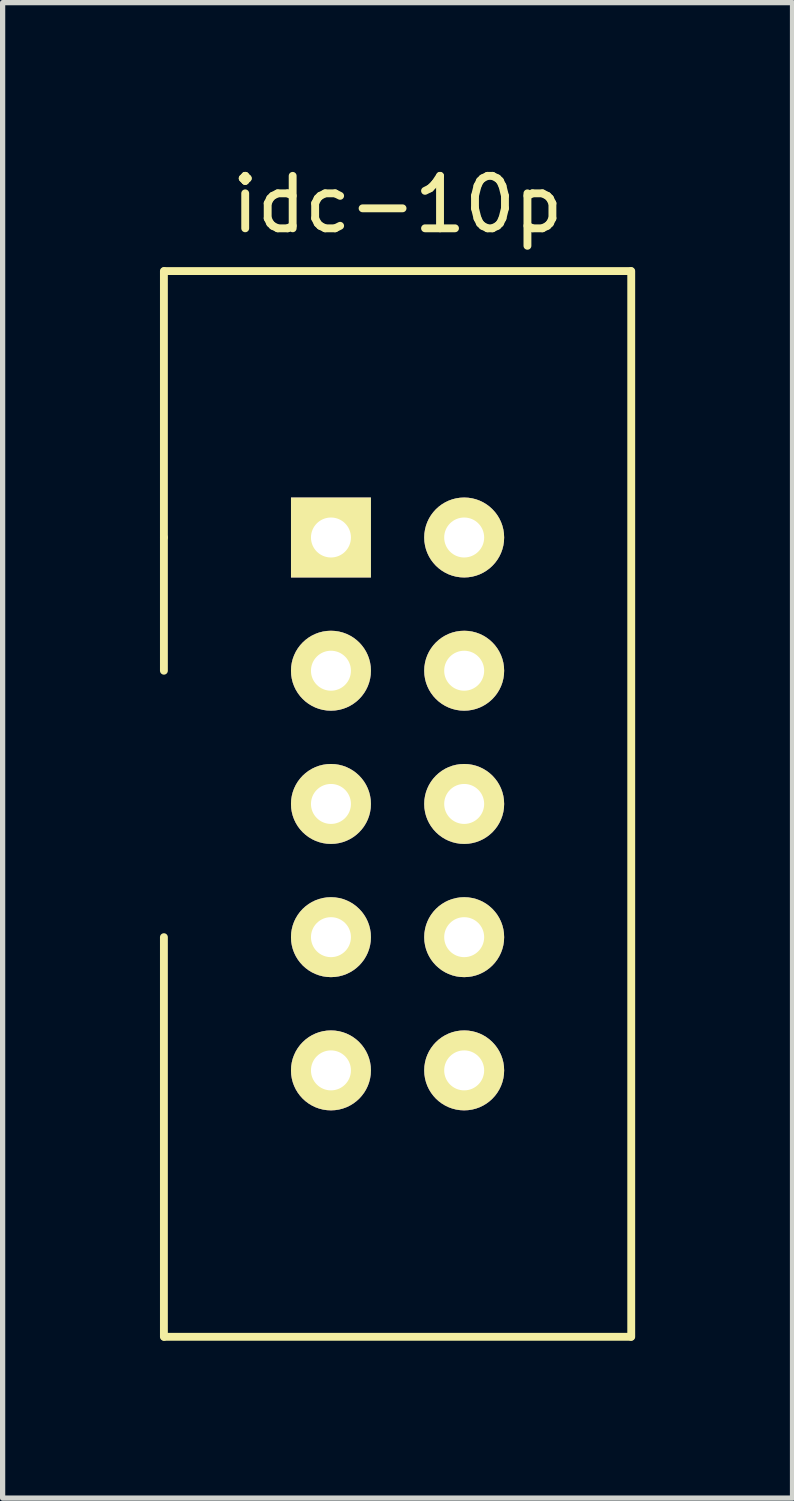
<source format=kicad_pcb>
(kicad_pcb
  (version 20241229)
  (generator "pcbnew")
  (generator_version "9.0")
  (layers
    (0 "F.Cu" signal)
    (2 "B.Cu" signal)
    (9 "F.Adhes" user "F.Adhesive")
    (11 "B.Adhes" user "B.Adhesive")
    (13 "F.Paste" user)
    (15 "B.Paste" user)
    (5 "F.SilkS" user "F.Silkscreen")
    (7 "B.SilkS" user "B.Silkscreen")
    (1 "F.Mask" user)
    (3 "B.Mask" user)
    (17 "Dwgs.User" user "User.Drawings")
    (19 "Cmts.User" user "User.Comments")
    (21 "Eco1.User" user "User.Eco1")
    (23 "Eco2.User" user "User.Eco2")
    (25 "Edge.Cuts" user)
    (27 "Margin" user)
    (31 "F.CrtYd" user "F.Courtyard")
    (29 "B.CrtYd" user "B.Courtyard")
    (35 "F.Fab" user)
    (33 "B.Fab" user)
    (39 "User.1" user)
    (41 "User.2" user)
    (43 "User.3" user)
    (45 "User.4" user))
  (footprint "idc-10p"
    (layer "F.Cu")
    (at 3.26 7.198)
    (property "Reference" "idc-10p" (at 1.27 -6.35 0) (layer "F.SilkS") (effects (font (size 1 1) (thickness 0.15))))
    (attr through_hole)
    (fp_line (start -3.185 0) (end -3.185 -5.08) (stroke (width 0.15) (type solid)) (layer "F.SilkS"))
    (fp_line (start -3.185 0) (end -3.185 2.54) (stroke (width 0.15) (type solid)) (layer "F.SilkS"))
    (fp_line (start -3.185 15.24) (end -3.185 7.62) (stroke (width 0.15) (type solid)) (layer "F.SilkS"))
    (fp_line (start -3.175 15.24) (end 5.715 15.24) (stroke (width 0.15) (type solid)) (layer "F.SilkS"))
    (fp_line (start 5.715 -5.08) (end -3.175 -5.08) (stroke (width 0.15) (type solid)) (layer "F.SilkS"))
    (fp_line (start 5.725 -5.08) (end 5.725 15.24) (stroke (width 0.15) (type solid)) (layer "F.SilkS"))
    (pad "1" thru_hole rect (at 0 0) (size 1.524 1.524) (drill 0.762) (layers "*.Cu" "*.Mask" "F.SilkS"))
    (pad "2" thru_hole circle (at 2.54 0) (size 1.524 1.524) (drill 0.762) (layers "*.Cu" "*.Mask" "F.SilkS"))
    (pad "3" thru_hole circle (at 0 2.54) (size 1.524 1.524) (drill 0.762) (layers "*.Cu" "*.Mask" "F.SilkS"))
    (pad "4" thru_hole circle (at 2.54 2.54) (size 1.524 1.524) (drill 0.762) (layers "*.Cu" "*.Mask" "F.SilkS"))
    (pad "5" thru_hole circle (at 0 5.08) (size 1.524 1.524) (drill 0.762) (layers "*.Cu" "*.Mask" "F.SilkS"))
    (pad "6" thru_hole circle (at 2.54 5.08) (size 1.524 1.524) (drill 0.762) (layers "*.Cu" "*.Mask" "F.SilkS"))
    (pad "7" thru_hole circle (at 0 7.62) (size 1.524 1.524) (drill 0.762) (layers "*.Cu" "*.Mask" "F.SilkS"))
    (pad "8" thru_hole circle (at 2.54 7.62) (size 1.524 1.524) (drill 0.762) (layers "*.Cu" "*.Mask" "F.SilkS"))
    (pad "9" thru_hole circle (at 0 10.16) (size 1.524 1.524) (drill 0.762) (layers "*.Cu" "*.Mask" "F.SilkS"))
    (pad "10" thru_hole circle (at 2.54 10.16) (size 1.524 1.524) (drill 0.762) (layers "*.Cu" "*.Mask" "F.SilkS")))
  (gr_rect
    (start -3 -3)
    (end 12.06 25.513)
    (stroke (width 0.1) (type default))
    (fill no)
    (layer "Edge.Cuts")))
</source>
